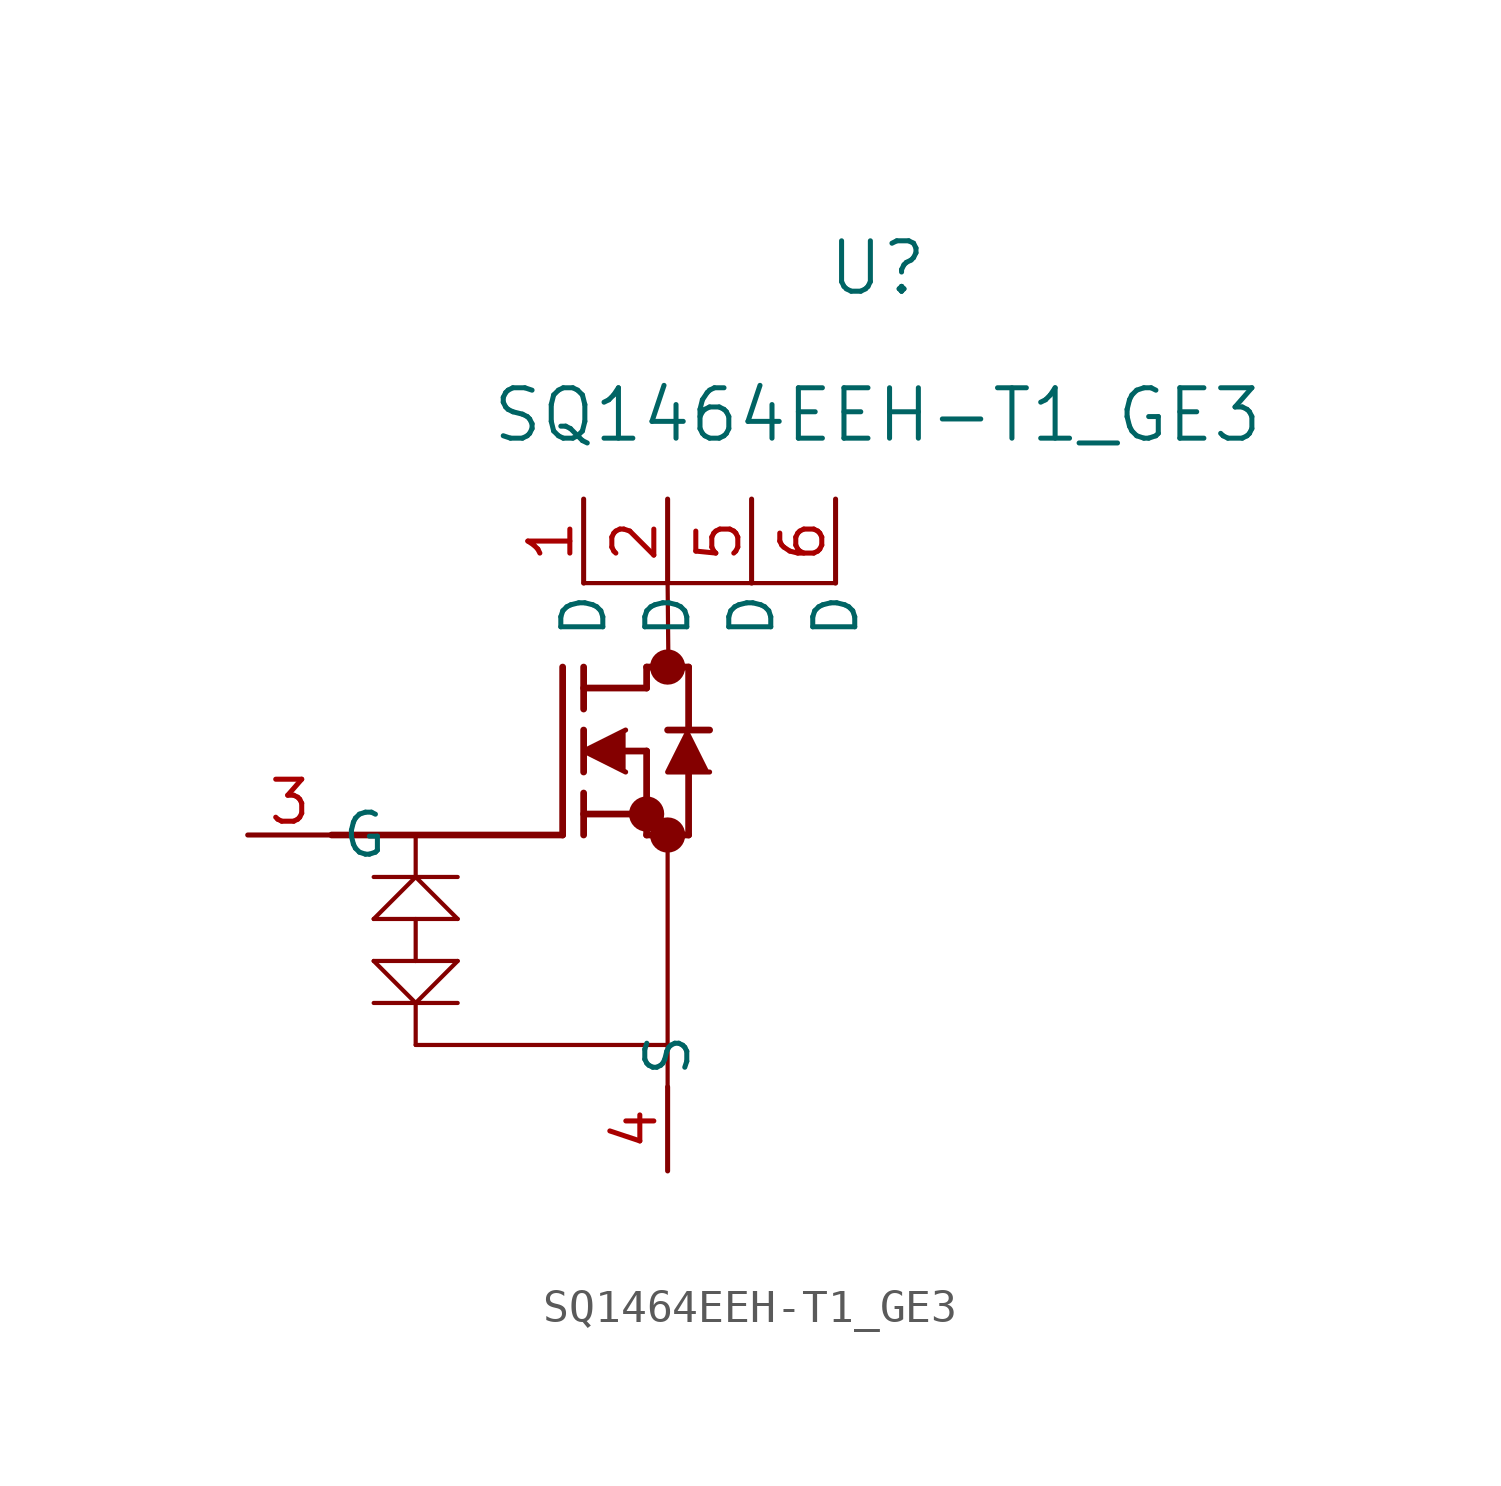
<source format=kicad_sym>
(kicad_symbol_lib
  (version 20211014)
  (generator kicad_symbol_editor)
  (symbol "SQ1464EEH-T1_GE3"
    (pin_names
      (offset 0.254))
    (property "Reference" "U"
      (at 19.05 17.145 0)
      (effects (font (size 1.524 1.524))))
    (property "Value" "SQ1464EEH-T1_GE3"
      (at 19.05 12.7 0)
      (effects (font (size 1.524 1.524))))
    (symbol "SQ1464EEH-T1_GE3_0_1"
      (circle (center 12.7 5.08) (radius 0.025) (stroke (width 0.508) (type default) (color 0 0 0 0)) (fill (type none)))
      (circle (center 12.7 0) (radius 0.025) (stroke (width 0.508) (type default) (color 0 0 0 0)) (fill (type none)))
      (circle (center 12.065 0.635) (radius 0.025) (stroke (width 0.508) (type default) (color 0 0 0 0)) (fill (type none)))
      (polyline (pts (xy 2.54 0) (xy 9.525 0)) (stroke (width 0.203) (type default) (color 0 0 0 0)) (fill (type none)))
      (polyline (pts (xy 5.08 0) (xy 5.08 -1.27)) (stroke (width 0.127) (type default) (color 0 0 0 0)) (fill (type none)))
      (polyline (pts (xy 9.525 0) (xy 9.525 5.08)) (stroke (width 0.203) (type default) (color 0 0 0 0)) (fill (type none)))
      (polyline (pts (xy 10.16 1.905) (xy 10.16 3.175)) (stroke (width 0.203) (type default) (color 0 0 0 0)) (fill (type none)))
      (polyline (pts (xy 10.16 0) (xy 10.16 1.27)) (stroke (width 0.203) (type default) (color 0 0 0 0)) (fill (type none)))
      (polyline (pts (xy 10.16 3.81) (xy 10.16 5.08)) (stroke (width 0.203) (type default) (color 0 0 0 0)) (fill (type none)))
      (polyline (pts (xy 11.43 2.54) (xy 12.065 2.54)) (stroke (width 0.203) (type default) (color 0 0 0 0)) (fill (type none)))
      (polyline (pts (xy 10.16 0.635) (xy 12.065 0.635)) (stroke (width 0.203) (type default) (color 0 0 0 0)) (fill (type none)))
      (polyline (pts (xy 12.065 0) (xy 12.065 2.54)) (stroke (width 0.203) (type default) (color 0 0 0 0)) (fill (type none)))
      (polyline (pts (xy 12.065 0) (xy 13.335 0)) (stroke (width 0.203) (type default) (color 0 0 0 0)) (fill (type none)))
      (polyline (pts (xy 10.16 4.445) (xy 12.065 4.445)) (stroke (width 0.203) (type default) (color 0 0 0 0)) (fill (type none)))
      (polyline (pts (xy 13.335 3.175) (xy 13.335 5.08)) (stroke (width 0.203) (type default) (color 0 0 0 0)) (fill (type none)))
      (polyline (pts (xy 11.43 3.175) (xy 10.16 2.54) (xy 11.43 1.905)) (stroke (width 0) (type default) (color 0 0 0 0)) (fill (type outline)))
      (polyline (pts (xy 13.97 1.905) (xy 12.7 1.905) (xy 13.335 3.175)) (stroke (width 0) (type default) (color 0 0 0 0)) (fill (type outline)))
      (polyline (pts (xy 13.335 0) (xy 13.335 1.905)) (stroke (width 0.203) (type default) (color 0 0 0 0)) (fill (type none)))
      (polyline (pts (xy 13.97 3.175) (xy 12.7 3.175)) (stroke (width 0.203) (type default) (color 0 0 0 0)) (fill (type none)))
      (polyline (pts (xy 12.065 5.08) (xy 13.335 5.08)) (stroke (width 0.203) (type default) (color 0 0 0 0)) (fill (type none)))
      (polyline (pts (xy 12.065 4.445) (xy 12.065 5.08)) (stroke (width 0.203) (type default) (color 0 0 0 0)) (fill (type none)))
      (polyline (pts (xy 3.81 -1.27) (xy 6.35 -1.27)) (stroke (width 0.127) (type default) (color 0 0 0 0)) (fill (type none)))
      (polyline (pts (xy 5.08 -1.27) (xy 3.81 -2.54)) (stroke (width 0.127) (type default) (color 0 0 0 0)) (fill (type none)))
      (polyline (pts (xy 3.81 -2.54) (xy 6.35 -2.54)) (stroke (width 0.127) (type default) (color 0 0 0 0)) (fill (type none)))
      (polyline (pts (xy 6.35 -2.54) (xy 5.08 -1.27)) (stroke (width 0.127) (type default) (color 0 0 0 0)) (fill (type none)))
      (polyline (pts (xy 5.08 -2.54) (xy 5.08 -3.81)) (stroke (width 0.127) (type default) (color 0 0 0 0)) (fill (type none)))
      (polyline (pts (xy 5.08 -3.81) (xy 3.81 -3.81)) (stroke (width 0.127) (type default) (color 0 0 0 0)) (fill (type none)))
      (polyline (pts (xy 5.08 -3.81) (xy 6.35 -3.81)) (stroke (width 0.127) (type default) (color 0 0 0 0)) (fill (type none)))
      (polyline (pts (xy 6.35 -3.81) (xy 5.08 -5.08)) (stroke (width 0.127) (type default) (color 0 0 0 0)) (fill (type none)))
      (polyline (pts (xy 5.08 -5.08) (xy 3.81 -3.81)) (stroke (width 0.127) (type default) (color 0 0 0 0)) (fill (type none)))
      (polyline (pts (xy 3.81 -5.08) (xy 6.35 -5.08)) (stroke (width 0.127) (type default) (color 0 0 0 0)) (fill (type none)))
      (polyline (pts (xy 5.08 -5.08) (xy 5.08 -6.35)) (stroke (width 0.127) (type default) (color 0 0 0 0)) (fill (type none)))
      (polyline (pts (xy 5.08 -6.35) (xy 12.7 -6.35)) (stroke (width 0.127) (type default) (color 0 0 0 0)) (fill (type none)))
      (polyline (pts (xy 12.7 0) (xy 12.7 -7.62)) (stroke (width 0.127) (type default) (color 0 0 0 0)) (fill (type none)))
      (polyline (pts (xy 12.7 7.62) (xy 12.725 5.08)) (stroke (width 0.127) (type default) (color 0 0 0 0)) (fill (type none)))
      (polyline (pts (xy 10.16 7.62) (xy 17.78 7.62)) (stroke (width 0.127) (type default) (color 0 0 0 0)) (fill (type none)))
      (pin unspecified line (at 10.16 10.16 270) (length 2.54) (name "D" (effects (font (size 1.27 1.27)))) (number "1" (effects (font (size 1.27 1.27)))))
      (pin unspecified line (at 12.7 10.16 270) (length 2.54) (name "D" (effects (font (size 1.27 1.27)))) (number "2" (effects (font (size 1.27 1.27)))))
      (pin unspecified line (at 0 0 0) (length 2.54) (name "G" (effects (font (size 1.27 1.27)))) (number "3" (effects (font (size 1.27 1.27)))))
      (pin unspecified line (at 12.7 -10.16 90) (length 2.54) (name "S" (effects (font (size 1.27 1.27)))) (number "4" (effects (font (size 1.27 1.27)))))
      (pin unspecified line (at 15.24 10.16 270) (length 2.54) (name "D" (effects (font (size 1.27 1.27)))) (number "5" (effects (font (size 1.27 1.27)))))
      (pin unspecified line (at 17.78 10.16 270) (length 2.54) (name "D" (effects (font (size 1.27 1.27)))) (number "6" (effects (font (size 1.27 1.27))))))))
</source>
